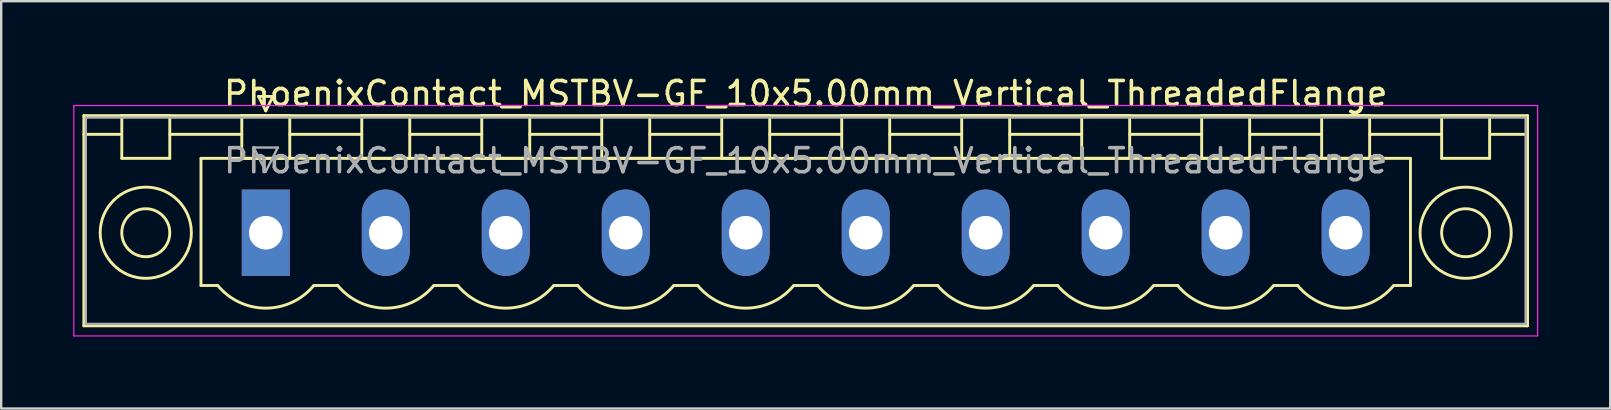
<source format=kicad_pcb>
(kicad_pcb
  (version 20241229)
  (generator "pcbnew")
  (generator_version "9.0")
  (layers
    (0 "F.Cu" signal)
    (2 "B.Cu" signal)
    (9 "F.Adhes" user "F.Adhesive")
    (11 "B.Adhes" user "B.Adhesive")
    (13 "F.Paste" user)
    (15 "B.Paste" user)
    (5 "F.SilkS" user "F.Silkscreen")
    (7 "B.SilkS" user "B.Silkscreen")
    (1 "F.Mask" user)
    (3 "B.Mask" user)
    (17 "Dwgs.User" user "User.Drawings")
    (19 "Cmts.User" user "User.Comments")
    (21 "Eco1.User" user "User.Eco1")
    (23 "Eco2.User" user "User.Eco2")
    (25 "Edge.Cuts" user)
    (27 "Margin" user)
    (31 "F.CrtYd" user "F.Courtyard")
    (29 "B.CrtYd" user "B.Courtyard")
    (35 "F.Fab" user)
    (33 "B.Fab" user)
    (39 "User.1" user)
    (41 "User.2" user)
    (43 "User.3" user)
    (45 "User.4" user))
  (footprint "PhoenixContact_MSTBV-GF_10x5.00mm_Vertical_ThreadedFlange"
    (layer "F.Cu")
    (at 8.025 6.648)
    (property "Reference" "PhoenixContact_MSTBV-GF_10x5.00mm_Vertical_ThreadedFlange" (at 22.5 -5.8 0) (layer "F.SilkS") (effects (font (size 1 1) (thickness 0.15))))
    (attr through_hole)
    (fp_line (start -7.58 -4.88) (end -7.58 3.88) (stroke (width 0.12) (type solid)) (layer "F.SilkS"))
    (fp_line (start -7.58 -4.1) (end -6.08 -4.1) (stroke (width 0.12) (type solid)) (layer "F.SilkS"))
    (fp_line (start -7.58 3.88) (end 52.58 3.88) (stroke (width 0.12) (type solid)) (layer "F.SilkS"))
    (fp_line (start -6 -4.88) (end -4 -4.88) (stroke (width 0.12) (type solid)) (layer "F.SilkS"))
    (fp_line (start -6 -3.1) (end -6 -4.88) (stroke (width 0.12) (type solid)) (layer "F.SilkS"))
    (fp_line (start -4 -4.88) (end -4 -3.1) (stroke (width 0.12) (type solid)) (layer "F.SilkS"))
    (fp_line (start -4 -4.1) (end -1 -4.1) (stroke (width 0.12) (type solid)) (layer "F.SilkS"))
    (fp_line (start -4 -3.1) (end -6 -3.1) (stroke (width 0.12) (type solid)) (layer "F.SilkS"))
    (fp_line (start -2.7 -3.1) (end 47.7 -3.1) (stroke (width 0.12) (type solid)) (layer "F.SilkS"))
    (fp_line (start -2.7 2.2) (end -2.7 -3.1) (stroke (width 0.12) (type solid)) (layer "F.SilkS"))
    (fp_line (start -2 2.2) (end -2.7 2.2) (stroke (width 0.12) (type solid)) (layer "F.SilkS"))
    (fp_line (start -1 -4.88) (end 1 -4.88) (stroke (width 0.12) (type solid)) (layer "F.SilkS"))
    (fp_line (start -1 -3.1) (end -1 -4.88) (stroke (width 0.12) (type solid)) (layer "F.SilkS"))
    (fp_line (start -0.3 -5.68) (end 0.3 -5.68) (stroke (width 0.12) (type solid)) (layer "F.SilkS"))
    (fp_line (start 0 -5.08) (end -0.3 -5.68) (stroke (width 0.12) (type solid)) (layer "F.SilkS"))
    (fp_line (start 0.3 -5.68) (end 0 -5.08) (stroke (width 0.12) (type solid)) (layer "F.SilkS"))
    (fp_line (start 1 -4.88) (end 1 -3.1) (stroke (width 0.12) (type solid)) (layer "F.SilkS"))
    (fp_line (start 1 -4.1) (end 4 -4.1) (stroke (width 0.12) (type solid)) (layer "F.SilkS"))
    (fp_line (start 1 -3.1) (end -1 -3.1) (stroke (width 0.12) (type solid)) (layer "F.SilkS"))
    (fp_line (start 2 2.2) (end 3 2.2) (stroke (width 0.12) (type solid)) (layer "F.SilkS"))
    (fp_line (start 4 -4.88) (end 6 -4.88) (stroke (width 0.12) (type solid)) (layer "F.SilkS"))
    (fp_line (start 4 -3.1) (end 4 -4.88) (stroke (width 0.12) (type solid)) (layer "F.SilkS"))
    (fp_line (start 6 -4.88) (end 6 -3.1) (stroke (width 0.12) (type solid)) (layer "F.SilkS"))
    (fp_line (start 6 -4.1) (end 9 -4.1) (stroke (width 0.12) (type solid)) (layer "F.SilkS"))
    (fp_line (start 6 -3.1) (end 4 -3.1) (stroke (width 0.12) (type solid)) (layer "F.SilkS"))
    (fp_line (start 7 2.2) (end 8 2.2) (stroke (width 0.12) (type solid)) (layer "F.SilkS"))
    (fp_line (start 9 -4.88) (end 11 -4.88) (stroke (width 0.12) (type solid)) (layer "F.SilkS"))
    (fp_line (start 9 -3.1) (end 9 -4.88) (stroke (width 0.12) (type solid)) (layer "F.SilkS"))
    (fp_line (start 11 -4.88) (end 11 -3.1) (stroke (width 0.12) (type solid)) (layer "F.SilkS"))
    (fp_line (start 11 -4.1) (end 14 -4.1) (stroke (width 0.12) (type solid)) (layer "F.SilkS"))
    (fp_line (start 11 -3.1) (end 9 -3.1) (stroke (width 0.12) (type solid)) (layer "F.SilkS"))
    (fp_line (start 12 2.2) (end 13 2.2) (stroke (width 0.12) (type solid)) (layer "F.SilkS"))
    (fp_line (start 14 -4.88) (end 16 -4.88) (stroke (width 0.12) (type solid)) (layer "F.SilkS"))
    (fp_line (start 14 -3.1) (end 14 -4.88) (stroke (width 0.12) (type solid)) (layer "F.SilkS"))
    (fp_line (start 16 -4.88) (end 16 -3.1) (stroke (width 0.12) (type solid)) (layer "F.SilkS"))
    (fp_line (start 16 -4.1) (end 19 -4.1) (stroke (width 0.12) (type solid)) (layer "F.SilkS"))
    (fp_line (start 16 -3.1) (end 14 -3.1) (stroke (width 0.12) (type solid)) (layer "F.SilkS"))
    (fp_line (start 17 2.2) (end 18 2.2) (stroke (width 0.12) (type solid)) (layer "F.SilkS"))
    (fp_line (start 19 -4.88) (end 21 -4.88) (stroke (width 0.12) (type solid)) (layer "F.SilkS"))
    (fp_line (start 19 -3.1) (end 19 -4.88) (stroke (width 0.12) (type solid)) (layer "F.SilkS"))
    (fp_line (start 21 -4.88) (end 21 -3.1) (stroke (width 0.12) (type solid)) (layer "F.SilkS"))
    (fp_line (start 21 -4.1) (end 24 -4.1) (stroke (width 0.12) (type solid)) (layer "F.SilkS"))
    (fp_line (start 21 -3.1) (end 19 -3.1) (stroke (width 0.12) (type solid)) (layer "F.SilkS"))
    (fp_line (start 22 2.2) (end 23 2.2) (stroke (width 0.12) (type solid)) (layer "F.SilkS"))
    (fp_line (start 24 -4.88) (end 26 -4.88) (stroke (width 0.12) (type solid)) (layer "F.SilkS"))
    (fp_line (start 24 -3.1) (end 24 -4.88) (stroke (width 0.12) (type solid)) (layer "F.SilkS"))
    (fp_line (start 26 -4.88) (end 26 -3.1) (stroke (width 0.12) (type solid)) (layer "F.SilkS"))
    (fp_line (start 26 -4.1) (end 29 -4.1) (stroke (width 0.12) (type solid)) (layer "F.SilkS"))
    (fp_line (start 26 -3.1) (end 24 -3.1) (stroke (width 0.12) (type solid)) (layer "F.SilkS"))
    (fp_line (start 27 2.2) (end 28 2.2) (stroke (width 0.12) (type solid)) (layer "F.SilkS"))
    (fp_line (start 29 -4.88) (end 31 -4.88) (stroke (width 0.12) (type solid)) (layer "F.SilkS"))
    (fp_line (start 29 -3.1) (end 29 -4.88) (stroke (width 0.12) (type solid)) (layer "F.SilkS"))
    (fp_line (start 31 -4.88) (end 31 -3.1) (stroke (width 0.12) (type solid)) (layer "F.SilkS"))
    (fp_line (start 31 -4.1) (end 34 -4.1) (stroke (width 0.12) (type solid)) (layer "F.SilkS"))
    (fp_line (start 31 -3.1) (end 29 -3.1) (stroke (width 0.12) (type solid)) (layer "F.SilkS"))
    (fp_line (start 32 2.2) (end 33 2.2) (stroke (width 0.12) (type solid)) (layer "F.SilkS"))
    (fp_line (start 34 -4.88) (end 36 -4.88) (stroke (width 0.12) (type solid)) (layer "F.SilkS"))
    (fp_line (start 34 -3.1) (end 34 -4.88) (stroke (width 0.12) (type solid)) (layer "F.SilkS"))
    (fp_line (start 36 -4.88) (end 36 -3.1) (stroke (width 0.12) (type solid)) (layer "F.SilkS"))
    (fp_line (start 36 -4.1) (end 39 -4.1) (stroke (width 0.12) (type solid)) (layer "F.SilkS"))
    (fp_line (start 36 -3.1) (end 34 -3.1) (stroke (width 0.12) (type solid)) (layer "F.SilkS"))
    (fp_line (start 37 2.2) (end 38 2.2) (stroke (width 0.12) (type solid)) (layer "F.SilkS"))
    (fp_line (start 39 -4.88) (end 41 -4.88) (stroke (width 0.12) (type solid)) (layer "F.SilkS"))
    (fp_line (start 39 -3.1) (end 39 -4.88) (stroke (width 0.12) (type solid)) (layer "F.SilkS"))
    (fp_line (start 41 -4.88) (end 41 -3.1) (stroke (width 0.12) (type solid)) (layer "F.SilkS"))
    (fp_line (start 41 -4.1) (end 44 -4.1) (stroke (width 0.12) (type solid)) (layer "F.SilkS"))
    (fp_line (start 41 -3.1) (end 39 -3.1) (stroke (width 0.12) (type solid)) (layer "F.SilkS"))
    (fp_line (start 42 2.2) (end 43 2.2) (stroke (width 0.12) (type solid)) (layer "F.SilkS"))
    (fp_line (start 44 -4.88) (end 46 -4.88) (stroke (width 0.12) (type solid)) (layer "F.SilkS"))
    (fp_line (start 44 -3.1) (end 44 -4.88) (stroke (width 0.12) (type solid)) (layer "F.SilkS"))
    (fp_line (start 46 -4.88) (end 46 -3.1) (stroke (width 0.12) (type solid)) (layer "F.SilkS"))
    (fp_line (start 46 -4.1) (end 49 -4.1) (stroke (width 0.12) (type solid)) (layer "F.SilkS"))
    (fp_line (start 46 -3.1) (end 44 -3.1) (stroke (width 0.12) (type solid)) (layer "F.SilkS"))
    (fp_line (start 47.7 -3.1) (end 47.7 2.2) (stroke (width 0.12) (type solid)) (layer "F.SilkS"))
    (fp_line (start 47.7 2.2) (end 47 2.2) (stroke (width 0.12) (type solid)) (layer "F.SilkS"))
    (fp_line (start 49 -4.88) (end 51 -4.88) (stroke (width 0.12) (type solid)) (layer "F.SilkS"))
    (fp_line (start 49 -3.1) (end 49 -4.88) (stroke (width 0.12) (type solid)) (layer "F.SilkS"))
    (fp_line (start 51 -4.88) (end 51 -3.1) (stroke (width 0.12) (type solid)) (layer "F.SilkS"))
    (fp_line (start 51 -3.1) (end 49 -3.1) (stroke (width 0.12) (type solid)) (layer "F.SilkS"))
    (fp_line (start 52.58 -4.88) (end -7.58 -4.88) (stroke (width 0.12) (type solid)) (layer "F.SilkS"))
    (fp_line (start 52.58 -4.1) (end 51.08 -4.1) (stroke (width 0.12) (type solid)) (layer "F.SilkS"))
    (fp_line (start 52.58 3.88) (end 52.58 -4.88) (stroke (width 0.12) (type solid)) (layer "F.SilkS"))
    (fp_arc (start 1.986842 2.215821) (mid -0.010289 3.142758) (end -2 2.2) (stroke (width 0.12) (type solid)) (layer "F.SilkS"))
    (fp_arc (start 6.986842 2.215821) (mid 4.989711 3.142758) (end 3 2.2) (stroke (width 0.12) (type solid)) (layer "F.SilkS"))
    (fp_arc (start 11.986842 2.215821) (mid 9.989711 3.142758) (end 8 2.2) (stroke (width 0.12) (type solid)) (layer "F.SilkS"))
    (fp_arc (start 16.986842 2.215821) (mid 14.989711 3.142758) (end 13 2.2) (stroke (width 0.12) (type solid)) (layer "F.SilkS"))
    (fp_arc (start 21.986842 2.215821) (mid 19.989711 3.142758) (end 18 2.2) (stroke (width 0.12) (type solid)) (layer "F.SilkS"))
    (fp_arc (start 26.986842 2.215821) (mid 24.989711 3.142758) (end 23 2.2) (stroke (width 0.12) (type solid)) (layer "F.SilkS"))
    (fp_arc (start 31.986842 2.215821) (mid 29.989711 3.142758) (end 28 2.2) (stroke (width 0.12) (type solid)) (layer "F.SilkS"))
    (fp_arc (start 36.986842 2.215821) (mid 34.989711 3.142758) (end 33 2.2) (stroke (width 0.12) (type solid)) (layer "F.SilkS"))
    (fp_arc (start 41.986842 2.215821) (mid 39.989711 3.142758) (end 38 2.2) (stroke (width 0.12) (type solid)) (layer "F.SilkS"))
    (fp_arc (start 46.986842 2.215821) (mid 44.989711 3.142758) (end 43 2.2) (stroke (width 0.12) (type solid)) (layer "F.SilkS"))
    (fp_circle (center -5 0) (end -4 0) (stroke (width 0.12) (type solid)) (fill no) (layer "F.SilkS"))
    (fp_circle (center -5 0) (end -3.1 0) (stroke (width 0.12) (type solid)) (fill no) (layer "F.SilkS"))
    (fp_circle (center 50 0) (end 51 0) (stroke (width 0.12) (type solid)) (fill no) (layer "F.SilkS"))
    (fp_circle (center 50 0) (end 51.9 0) (stroke (width 0.12) (type solid)) (fill no) (layer "F.SilkS"))
    (fp_line (start -8 -5.3) (end -8 4.3) (stroke (width 0.05) (type solid)) (layer "F.CrtYd"))
    (fp_line (start -8 4.3) (end 53 4.3) (stroke (width 0.05) (type solid)) (layer "F.CrtYd"))
    (fp_line (start 53 -5.3) (end -8 -5.3) (stroke (width 0.05) (type solid)) (layer "F.CrtYd"))
    (fp_line (start 53 4.3) (end 53 -5.3) (stroke (width 0.05) (type solid)) (layer "F.CrtYd"))
    (fp_line (start -7.5 -4.8) (end -7.5 3.8) (stroke (width 0.1) (type solid)) (layer "F.Fab"))
    (fp_line (start -7.5 3.8) (end 52.5 3.8) (stroke (width 0.1) (type solid)) (layer "F.Fab"))
    (fp_line (start -0.5 -3.55) (end 0.5 -3.55) (stroke (width 0.1) (type solid)) (layer "F.Fab"))
    (fp_line (start 0 -2.55) (end -0.5 -3.55) (stroke (width 0.1) (type solid)) (layer "F.Fab"))
    (fp_line (start 0.5 -3.55) (end 0 -2.55) (stroke (width 0.1) (type solid)) (layer "F.Fab"))
    (fp_line (start 52.5 -4.8) (end -7.5 -4.8) (stroke (width 0.1) (type solid)) (layer "F.Fab"))
    (fp_line (start 52.5 3.8) (end 52.5 -4.8) (stroke (width 0.1) (type solid)) (layer "F.Fab"))
    (fp_text user "${REFERENCE}" (at 22.5 -3 0) (layer "F.Fab") (effects (font (size 1 1) (thickness 0.15))))
    (pad "1" thru_hole rect (at 0 0) (size 2 3.6) (drill 1.4) (layers "*.Cu" "*.Mask"))
    (pad "2" thru_hole oval (at 5 0) (size 2 3.6) (drill 1.4) (layers "*.Cu" "*.Mask"))
    (pad "3" thru_hole oval (at 10 0) (size 2 3.6) (drill 1.4) (layers "*.Cu" "*.Mask"))
    (pad "4" thru_hole oval (at 15 0) (size 2 3.6) (drill 1.4) (layers "*.Cu" "*.Mask"))
    (pad "5" thru_hole oval (at 20 0) (size 2 3.6) (drill 1.4) (layers "*.Cu" "*.Mask"))
    (pad "6" thru_hole oval (at 25 0) (size 2 3.6) (drill 1.4) (layers "*.Cu" "*.Mask"))
    (pad "7" thru_hole oval (at 30 0) (size 2 3.6) (drill 1.4) (layers "*.Cu" "*.Mask"))
    (pad "8" thru_hole oval (at 35 0) (size 2 3.6) (drill 1.4) (layers "*.Cu" "*.Mask"))
    (pad "9" thru_hole oval (at 40 0) (size 2 3.6) (drill 1.4) (layers "*.Cu" "*.Mask"))
    (pad "10" thru_hole oval (at 45 0) (size 2 3.6) (drill 1.4) (layers "*.Cu" "*.Mask")))
  (gr_rect
    (start -3 -3)
    (end 64.05 13.973)
    (stroke (width 0.1) (type default))
    (fill no)
    (layer "Edge.Cuts")))
</source>
